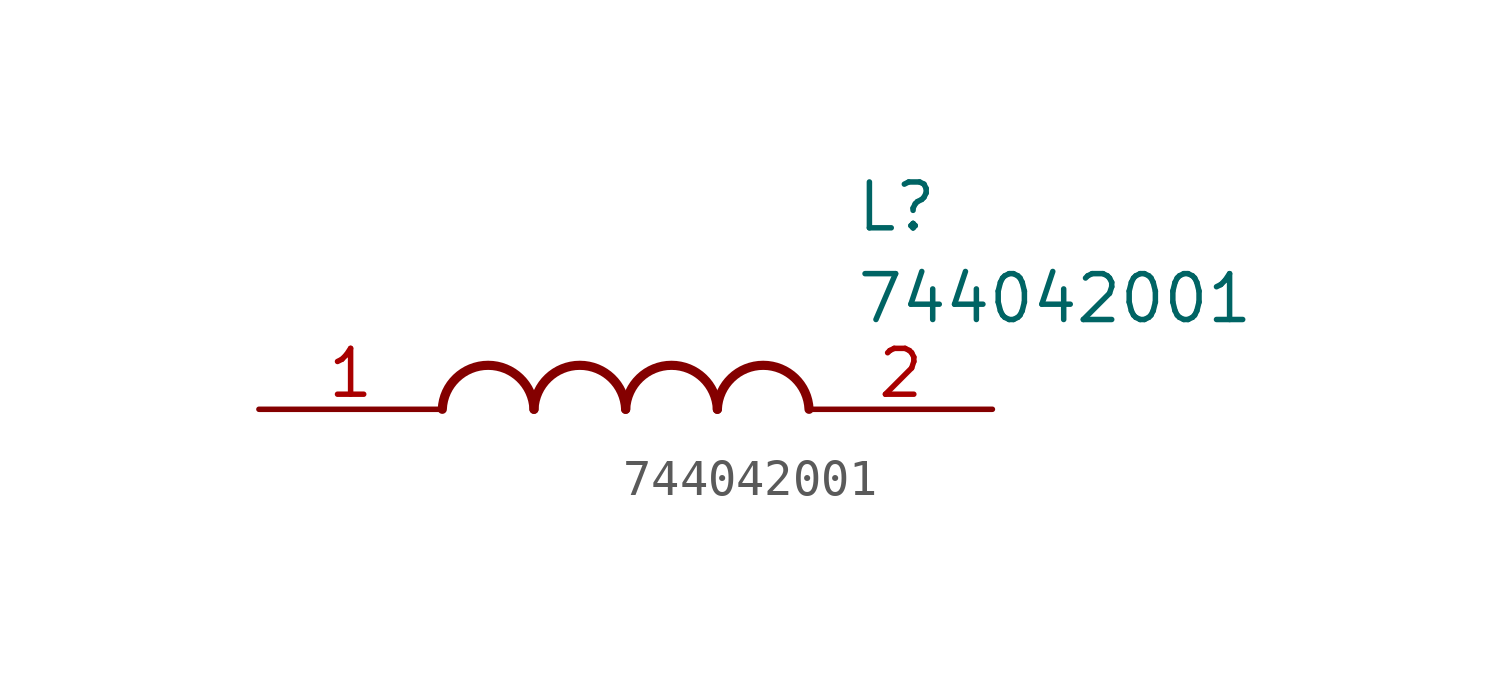
<source format=kicad_sym>
(kicad_symbol_lib
  (version 20211014)
  (generator SamacSys_ECAD_Model)
  (symbol "744042001"
    (pin_names hide)
    (property "Reference" "L"
      (at 16.51 6.35 0)
      (effects (font (size 1.27 1.27)) (justify left top)))
    (property "Value" "744042001"
      (at 16.51 3.81 0)
      (effects (font (size 1.27 1.27)) (justify left top)))
    (arc
      (start 7.62 0)
      (mid 6.35 1.219)
      (end 5.08 0)
      (stroke (width 0.254) (type default))
      (fill (type none)))
    (arc
      (start 10.16 0)
      (mid 8.89 1.219)
      (end 7.62 0)
      (stroke (width 0.254) (type default))
      (fill (type none)))
    (arc
      (start 12.7 0)
      (mid 11.43 1.219)
      (end 10.16 0)
      (stroke (width 0.254) (type default))
      (fill (type none)))
    (arc
      (start 15.24 0)
      (mid 13.97 1.219)
      (end 12.7 0)
      (stroke (width 0.254) (type default))
      (fill (type none)))
    (pin passive line
      (at 0 0 0)
      (length 5.08)
      (name "1" (effects (font (size 1.27 1.27))))
      (number "1" (effects (font (size 1.27 1.27)))))
    (pin passive line
      (at 20.32 0 180)
      (length 5.08)
      (name "2" (effects (font (size 1.27 1.27))))
      (number "2" (effects (font (size 1.27 1.27)))))))
</source>
